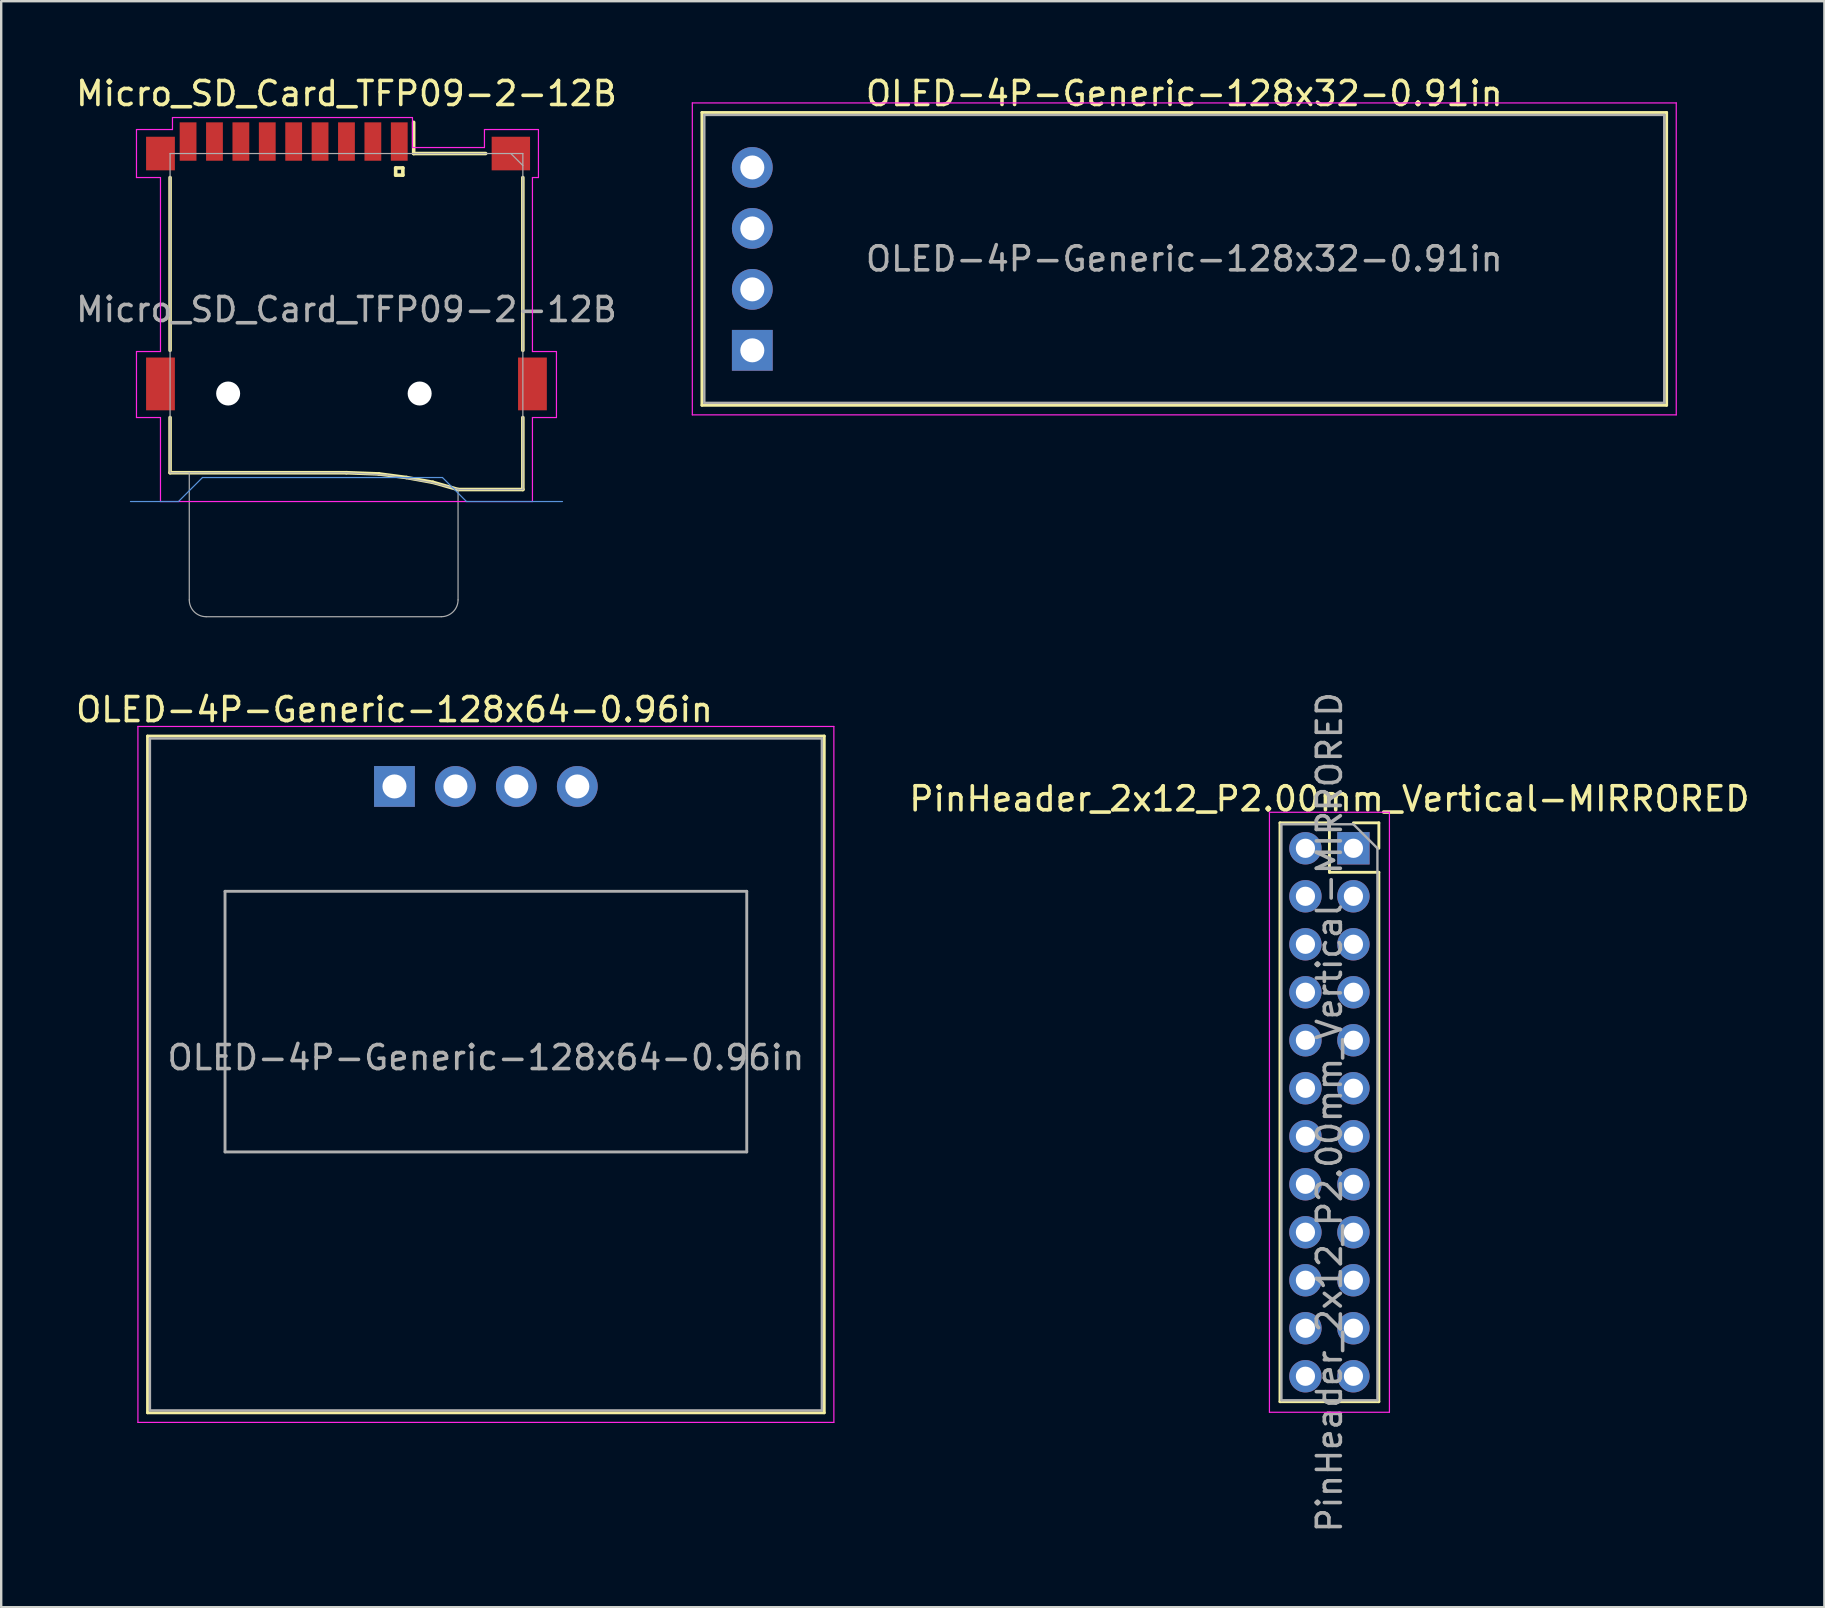
<source format=kicad_pcb>
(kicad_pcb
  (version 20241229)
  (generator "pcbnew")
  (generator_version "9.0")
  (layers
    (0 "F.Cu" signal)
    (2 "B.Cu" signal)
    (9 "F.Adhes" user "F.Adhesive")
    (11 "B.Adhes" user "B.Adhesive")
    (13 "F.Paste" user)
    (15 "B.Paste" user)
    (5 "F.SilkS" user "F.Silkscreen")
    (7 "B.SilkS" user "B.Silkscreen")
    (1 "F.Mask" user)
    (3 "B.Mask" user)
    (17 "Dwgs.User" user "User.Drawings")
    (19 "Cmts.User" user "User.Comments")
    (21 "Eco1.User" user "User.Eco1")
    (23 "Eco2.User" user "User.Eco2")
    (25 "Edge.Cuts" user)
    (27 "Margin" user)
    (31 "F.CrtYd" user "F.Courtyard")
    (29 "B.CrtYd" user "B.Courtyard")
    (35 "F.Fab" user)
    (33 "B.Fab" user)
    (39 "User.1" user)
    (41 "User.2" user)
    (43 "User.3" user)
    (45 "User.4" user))
  (footprint "OLED-4P-Generic-128x64-0.96in"
    (layer "F.Cu")
    (at 13.387 29.721)
    (property "Reference" "OLED-4P-Generic-128x64-0.96in" (at 0 -3.2 0) (layer "F.SilkS") (effects (font (size 1 1) (thickness 0.15))))
    (attr through_hole)
    (fp_line (start -10.29 -2.1) (end -10.29 26.1) (stroke (width 0.12) (type solid)) (layer "F.SilkS"))
    (fp_line (start -10.29 -2.1) (end 17.91 -2.1) (stroke (width 0.12) (type solid)) (layer "F.SilkS"))
    (fp_line (start -10.29 26.1) (end 17.91 26.1) (stroke (width 0.12) (type solid)) (layer "F.SilkS"))
    (fp_line (start 17.91 26.1) (end 17.91 -2.1) (stroke (width 0.12) (type solid)) (layer "F.SilkS"))
    (fp_line (start -10.69 -2.5) (end 18.31 -2.5) (stroke (width 0.05) (type solid)) (layer "F.CrtYd"))
    (fp_line (start -10.69 26.5) (end -10.69 -2.5) (stroke (width 0.05) (type solid)) (layer "F.CrtYd"))
    (fp_line (start 18.31 -2.5) (end 18.31 26.5) (stroke (width 0.05) (type solid)) (layer "F.CrtYd"))
    (fp_line (start 18.31 26.5) (end -10.69 26.5) (stroke (width 0.05) (type solid)) (layer "F.CrtYd"))
    (fp_line (start -10.19 -2) (end 17.81 -2) (stroke (width 0.1) (type solid)) (layer "F.Fab"))
    (fp_line (start -10.19 26) (end -10.19 -2) (stroke (width 0.1) (type solid)) (layer "F.Fab"))
    (fp_line (start -7.06 4.37) (end 14.68 4.37) (stroke (width 0.12) (type solid)) (layer "F.Fab"))
    (fp_line (start -7.06 15.23) (end -7.06 4.37) (stroke (width 0.12) (type solid)) (layer "F.Fab"))
    (fp_line (start 14.68 4.37) (end 14.68 15.23) (stroke (width 0.12) (type solid)) (layer "F.Fab"))
    (fp_line (start 14.68 15.23) (end -7.06 15.23) (stroke (width 0.12) (type solid)) (layer "F.Fab"))
    (fp_line (start 17.81 -2) (end 17.81 26) (stroke (width 0.1) (type solid)) (layer "F.Fab"))
    (fp_line (start 17.81 26) (end -10.19 26) (stroke (width 0.1) (type solid)) (layer "F.Fab"))
    (fp_text user "${REFERENCE}" (at 3.81 11.3 0) (unlocked yes) (layer "F.Fab") (effects (font (size 1 1) (thickness 0.15))))
    (pad "1" thru_hole rect (at 0 0) (size 1.7 1.7) (drill 1) (layers "*.Cu" "*.Mask"))
    (pad "2" thru_hole circle (at 2.54 0) (size 1.7 1.7) (drill 1) (layers "*.Cu" "*.Mask"))
    (pad "3" thru_hole circle (at 5.08 0) (size 1.7 1.7) (drill 1) (layers "*.Cu" "*.Mask"))
    (pad "4" thru_hole circle (at 7.62 0) (size 1.7 1.7) (drill 1) (layers "*.Cu" "*.Mask")))
  (footprint "OLED-4P-Generic-128x32-0.91in"
    (layer "F.Cu")
    (at 28.299 11.548)
    (property "Reference" "OLED-4P-Generic-128x32-0.91in" (at 18 -10.7 0) (unlocked yes) (layer "F.SilkS") (effects (font (size 1 1) (thickness 0.15))))
    (attr through_hole)
    (fp_line (start -2.1 -9.91) (end -2.1 2.29) (stroke (width 0.12) (type solid)) (layer "F.SilkS"))
    (fp_line (start -2.1 -9.91) (end 38.1 -9.91) (stroke (width 0.12) (type solid)) (layer "F.SilkS"))
    (fp_line (start -2.1 2.29) (end 38.1 2.29) (stroke (width 0.12) (type solid)) (layer "F.SilkS"))
    (fp_line (start 38.1 2.29) (end 38.1 -9.91) (stroke (width 0.12) (type solid)) (layer "F.SilkS"))
    (fp_line (start -2.5 -10.31) (end 38.5 -10.31) (stroke (width 0.05) (type solid)) (layer "F.CrtYd"))
    (fp_line (start -2.5 2.69) (end -2.5 -10.31) (stroke (width 0.05) (type solid)) (layer "F.CrtYd"))
    (fp_line (start 38.5 -10.31) (end 38.5 2.69) (stroke (width 0.05) (type solid)) (layer "F.CrtYd"))
    (fp_line (start 38.5 2.69) (end -2.5 2.69) (stroke (width 0.05) (type solid)) (layer "F.CrtYd"))
    (fp_line (start -2 -9.81) (end 38 -9.81) (stroke (width 0.1) (type solid)) (layer "F.Fab"))
    (fp_line (start -2 2.19) (end -2 -9.81) (stroke (width 0.1) (type solid)) (layer "F.Fab"))
    (fp_line (start 38 -9.81) (end 38 2.19) (stroke (width 0.1) (type solid)) (layer "F.Fab"))
    (fp_line (start 38 2.19) (end -2 2.19) (stroke (width 0.1) (type solid)) (layer "F.Fab"))
    (fp_text user "${REFERENCE}" (at 18 -3.81 0) (unlocked yes) (layer "F.Fab") (effects (font (size 1 1) (thickness 0.15))))
    (pad "1" thru_hole rect (at 0 0) (size 1.7 1.7) (drill 1) (layers "*.Cu" "*.Mask"))
    (pad "2" thru_hole circle (at 0 -2.54) (size 1.7 1.7) (drill 1) (layers "*.Cu" "*.Mask"))
    (pad "3" thru_hole circle (at 0 -5.08) (size 1.7 1.7) (drill 1) (layers "*.Cu" "*.Mask"))
    (pad "4" thru_hole circle (at 0 -7.62) (size 1.7 1.7) (drill 1) (layers "*.Cu" "*.Mask")))
  (footprint "Micro_SD_Card_TFP09-2-12B"
    (layer "F.Cu")
    (at 11.387 13.348)
    (property "Reference" "Micro_SD_Card_TFP09-2-12B" (at 0 -3.5 180) (layer "F.Fab") (effects (font (size 1 1) (thickness 0.15))))
    (attr smd)
    (fp_line (start -7.35 -1.8) (end -7.35 -9) (stroke (width 0.15) (type solid)) (layer "F.SilkS"))
    (fp_line (start -7.35 1) (end -7.35 3.3) (stroke (width 0.15) (type solid)) (layer "F.SilkS"))
    (fp_line (start -7.35 3.3) (end 0 3.3) (stroke (width 0.15) (type solid)) (layer "F.SilkS"))
    (fp_line (start 0 3.3) (end 1.35 3.35) (stroke (width 0.15) (type solid)) (layer "F.SilkS"))
    (fp_line (start 1.35 3.35) (end 2.5 3.5) (stroke (width 0.15) (type solid)) (layer "F.SilkS"))
    (fp_line (start 2.05 -9.4) (end 2.05 -9.1) (stroke (width 0.15) (type solid)) (layer "F.SilkS"))
    (fp_line (start 2.05 -9.1) (end 2.35 -9.1) (stroke (width 0.15) (type solid)) (layer "F.SilkS"))
    (fp_line (start 2.35 -9.4) (end 2.05 -9.4) (stroke (width 0.15) (type solid)) (layer "F.SilkS"))
    (fp_line (start 2.35 -9.1) (end 2.35 -9.4) (stroke (width 0.15) (type solid)) (layer "F.SilkS"))
    (fp_line (start 2.5 3.5) (end 3.6 3.7) (stroke (width 0.15) (type solid)) (layer "F.SilkS"))
    (fp_line (start 2.8 -10) (end 2.8 -11.3) (stroke (width 0.15) (type solid)) (layer "F.SilkS"))
    (fp_line (start 2.8 -10) (end 5.8 -10) (stroke (width 0.15) (type solid)) (layer "F.SilkS"))
    (fp_line (start 3.6 3.7) (end 4.65 4) (stroke (width 0.15) (type solid)) (layer "F.SilkS"))
    (fp_line (start 4.65 4) (end 7.35 4) (stroke (width 0.15) (type solid)) (layer "F.SilkS"))
    (fp_line (start 7.35 -9) (end 7.35 -1.8) (stroke (width 0.15) (type solid)) (layer "F.SilkS"))
    (fp_line (start 7.35 4) (end 7.35 1) (stroke (width 0.15) (type solid)) (layer "F.SilkS"))
    (fp_line (start -9 4.5) (end -7 4.5) (stroke (width 0.05) (type solid)) (layer "Cmts.User"))
    (fp_line (start -7 4.5) (end -6 3.5) (stroke (width 0.05) (type solid)) (layer "Cmts.User"))
    (fp_line (start -6 3.5) (end 4 3.5) (stroke (width 0.05) (type solid)) (layer "Cmts.User"))
    (fp_line (start 4 3.5) (end 5 4.5) (stroke (width 0.05) (type solid)) (layer "Cmts.User"))
    (fp_line (start 5 4.5) (end 9 4.5) (stroke (width 0.05) (type solid)) (layer "Cmts.User"))
    (fp_line (start -8.75 -11) (end -7.25 -11) (stroke (width 0.05) (type solid)) (layer "F.CrtYd"))
    (fp_line (start -8.75 -9) (end -8.75 -11) (stroke (width 0.05) (type solid)) (layer "F.CrtYd"))
    (fp_line (start -8.75 -1.75) (end -7.75 -1.75) (stroke (width 0.05) (type solid)) (layer "F.CrtYd"))
    (fp_line (start -8.75 1) (end -8.75 -1.75) (stroke (width 0.05) (type solid)) (layer "F.CrtYd"))
    (fp_line (start -7.75 -9) (end -8.75 -9) (stroke (width 0.05) (type solid)) (layer "F.CrtYd"))
    (fp_line (start -7.75 -1.75) (end -7.75 -9) (stroke (width 0.05) (type solid)) (layer "F.CrtYd"))
    (fp_line (start -7.75 1) (end -8.75 1) (stroke (width 0.05) (type solid)) (layer "F.CrtYd"))
    (fp_line (start -7.75 4.5) (end -7.75 1) (stroke (width 0.05) (type solid)) (layer "F.CrtYd"))
    (fp_line (start -7.25 -11.5) (end 2.75 -11.5) (stroke (width 0.05) (type solid)) (layer "F.CrtYd"))
    (fp_line (start -7.25 -11) (end -7.25 -11.5) (stroke (width 0.05) (type solid)) (layer "F.CrtYd"))
    (fp_line (start 2.75 -11.5) (end 2.75 -10.25) (stroke (width 0.05) (type solid)) (layer "F.CrtYd"))
    (fp_line (start 2.75 -10.25) (end 5.75 -10.25) (stroke (width 0.05) (type solid)) (layer "F.CrtYd"))
    (fp_line (start 5.75 -11) (end 8 -11) (stroke (width 0.05) (type solid)) (layer "F.CrtYd"))
    (fp_line (start 5.75 -10.25) (end 5.75 -11) (stroke (width 0.05) (type solid)) (layer "F.CrtYd"))
    (fp_line (start 7.75 -9) (end 7.75 -1.75) (stroke (width 0.05) (type solid)) (layer "F.CrtYd"))
    (fp_line (start 7.75 -1.75) (end 8.75 -1.75) (stroke (width 0.05) (type solid)) (layer "F.CrtYd"))
    (fp_line (start 7.75 1) (end 7.75 4.5) (stroke (width 0.05) (type solid)) (layer "F.CrtYd"))
    (fp_line (start 7.75 4.5) (end -7.75 4.5) (stroke (width 0.05) (type solid)) (layer "F.CrtYd"))
    (fp_line (start 8 -11) (end 8 -9) (stroke (width 0.05) (type solid)) (layer "F.CrtYd"))
    (fp_line (start 8 -9) (end 7.75 -9) (stroke (width 0.05) (type solid)) (layer "F.CrtYd"))
    (fp_line (start 8.75 -1.75) (end 8.75 1) (stroke (width 0.05) (type solid)) (layer "F.CrtYd"))
    (fp_line (start 8.75 1) (end 7.75 1) (stroke (width 0.05) (type solid)) (layer "F.CrtYd"))
    (fp_line (start -7.35 -10) (end -7.35 3.3) (stroke (width 0.05) (type solid)) (layer "F.Fab"))
    (fp_line (start -7.35 -10) (end 7.35 -10) (stroke (width 0.05) (type solid)) (layer "F.Fab"))
    (fp_line (start -7.35 3.3) (end 0 3.3) (stroke (width 0.05) (type solid)) (layer "F.Fab"))
    (fp_line (start -6.55 8.6) (end -6.55 3.3) (stroke (width 0.05) (type solid)) (layer "F.Fab"))
    (fp_line (start -5.85 9.3) (end 3.95 9.3) (stroke (width 0.05) (type solid)) (layer "F.Fab"))
    (fp_line (start 0 3.3) (end 1.7 3.4) (stroke (width 0.05) (type solid)) (layer "F.Fab"))
    (fp_line (start 1.7 3.4) (end 3.5 3.7) (stroke (width 0.05) (type solid)) (layer "F.Fab"))
    (fp_line (start 3.5 3.7) (end 4.7 4) (stroke (width 0.05) (type solid)) (layer "F.Fab"))
    (fp_line (start 4.65 4) (end 7.35 4) (stroke (width 0.05) (type solid)) (layer "F.Fab"))
    (fp_line (start 4.65 8.6) (end 4.65 4) (stroke (width 0.05) (type solid)) (layer "F.Fab"))
    (fp_line (start 7.35 -10) (end 7.35 4) (stroke (width 0.05) (type solid)) (layer "F.Fab"))
    (fp_line (start 7.35 -9.5) (end 6.85 -10) (stroke (width 0.05) (type solid)) (layer "F.Fab"))
    (fp_arc (start -5.85 9.3) (mid -6.344975 9.094975) (end -6.55 8.6) (stroke (width 0.05) (type solid)) (layer "F.Fab"))
    (fp_arc (start 4.65 8.6) (mid 4.444975 9.094975) (end 3.95 9.3) (stroke (width 0.05) (type solid)) (layer "F.Fab"))
    (fp_text user "${REFERENCE}" (at 0 -12.5 0) (layer "F.SilkS") (effects (font (size 1 1) (thickness 0.15))))
    (pad "" np_thru_hole circle (at -4.93 0) (size 1 1) (drill 1) (layers "*.Cu" "*.Mask"))
    (pad "" np_thru_hole circle (at 3.05 0) (size 1 1) (drill 1) (layers "*.Cu" "*.Mask"))
    (pad "1" smd rect (at 2.2 -10.5) (size 0.7 1.6) (layers "F.Cu" "F.Mask" "F.Paste"))
    (pad "2" smd rect (at 1.1 -10.5) (size 0.7 1.6) (layers "F.Cu" "F.Mask" "F.Paste"))
    (pad "3" smd rect (at 0 -10.5) (size 0.7 1.6) (layers "F.Cu" "F.Mask" "F.Paste"))
    (pad "4" smd rect (at -1.1 -10.5) (size 0.7 1.6) (layers "F.Cu" "F.Mask" "F.Paste"))
    (pad "5" smd rect (at -2.2 -10.5) (size 0.7 1.6) (layers "F.Cu" "F.Mask" "F.Paste"))
    (pad "6" smd rect (at -7.75 -10) (size 1.2 1.4) (layers "F.Cu" "F.Mask" "F.Paste"))
    (pad "6" smd rect (at -7.75 -0.4) (size 1.2 2.2) (layers "F.Cu" "F.Mask" "F.Paste"))
    (pad "6" smd rect (at -3.3 -10.5) (size 0.7 1.6) (layers "F.Cu" "F.Mask" "F.Paste"))
    (pad "6" smd rect (at 6.85 -10) (size 1.6 1.4) (layers "F.Cu" "F.Mask" "F.Paste"))
    (pad "6" smd rect (at 7.75 -0.4) (size 1.2 2.2) (layers "F.Cu" "F.Mask" "F.Paste"))
    (pad "7" smd rect (at -4.4 -10.5) (size 0.7 1.6) (layers "F.Cu" "F.Mask" "F.Paste"))
    (pad "8" smd rect (at -5.5 -10.5) (size 0.7 1.6) (layers "F.Cu" "F.Mask" "F.Paste"))
    (pad "9" smd rect (at -6.6 -10.5) (size 0.7 1.6) (layers "F.Cu" "F.Mask" "F.Paste")))
  (footprint "PinHeader_2x12_P2.00mm_Vertical-MIRRORED"
    (layer "F.Cu")
    (at 51.347 32.298)
    (property "Reference" "PinHeader_2x12_P2.00mm_Vertical-MIRRORED" (at 1 -2.06 0) (layer "F.SilkS") (effects (font (size 1 1) (thickness 0.15))))
    (attr through_hole)
    (fp_line (start -1.06 -1.06) (end -1.06 23.06) (stroke (width 0.12) (type solid)) (layer "F.SilkS"))
    (fp_line (start -1.06 -1.06) (end 1 -1.06) (stroke (width 0.12) (type solid)) (layer "F.SilkS"))
    (fp_line (start -1.06 23.06) (end 3.06 23.06) (stroke (width 0.12) (type solid)) (layer "F.SilkS"))
    (fp_line (start 1 1) (end 1 -1.06) (stroke (width 0.12) (type solid)) (layer "F.SilkS"))
    (fp_line (start 1 1) (end 3.06 1) (stroke (width 0.12) (type solid)) (layer "F.SilkS"))
    (fp_line (start 2 -1.06) (end 3.06 -1.06) (stroke (width 0.12) (type solid)) (layer "F.SilkS"))
    (fp_line (start 3.06 0) (end 3.06 -1.06) (stroke (width 0.12) (type solid)) (layer "F.SilkS"))
    (fp_line (start 3.06 1) (end 3.06 23.06) (stroke (width 0.12) (type solid)) (layer "F.SilkS"))
    (fp_line (start -1.5 -1.5) (end -1.5 23.5) (stroke (width 0.05) (type solid)) (layer "F.CrtYd"))
    (fp_line (start -1.5 23.5) (end 3.5 23.5) (stroke (width 0.05) (type solid)) (layer "F.CrtYd"))
    (fp_line (start 3.5 -1.5) (end -1.5 -1.5) (stroke (width 0.05) (type solid)) (layer "F.CrtYd"))
    (fp_line (start 3.5 23.5) (end 3.5 -1.5) (stroke (width 0.05) (type solid)) (layer "F.CrtYd"))
    (fp_line (start -1 -1) (end -1 23) (stroke (width 0.1) (type solid)) (layer "F.Fab"))
    (fp_line (start -1 -1) (end 2 -1) (stroke (width 0.1) (type solid)) (layer "F.Fab"))
    (fp_line (start 3 0) (end 2 -1) (stroke (width 0.1) (type solid)) (layer "F.Fab"))
    (fp_line (start 3 23) (end -1 23) (stroke (width 0.1) (type solid)) (layer "F.Fab"))
    (fp_line (start 3 23) (end 3 0) (stroke (width 0.1) (type solid)) (layer "F.Fab"))
    (fp_text user "${REFERENCE}" (at 1 11 90) (layer "F.Fab") (effects (font (size 1 1) (thickness 0.15))))
    (pad "1" thru_hole rect (at 2 0) (size 1.35 1.35) (drill 0.8) (layers "*.Cu" "*.Mask"))
    (pad "2" thru_hole oval (at 0 0) (size 1.35 1.35) (drill 0.8) (layers "*.Cu" "*.Mask"))
    (pad "3" thru_hole oval (at 2 2) (size 1.35 1.35) (drill 0.8) (layers "*.Cu" "*.Mask"))
    (pad "4" thru_hole oval (at 0 2) (size 1.35 1.35) (drill 0.8) (layers "*.Cu" "*.Mask"))
    (pad "5" thru_hole oval (at 2 4) (size 1.35 1.35) (drill 0.8) (layers "*.Cu" "*.Mask"))
    (pad "6" thru_hole oval (at 0 4) (size 1.35 1.35) (drill 0.8) (layers "*.Cu" "*.Mask"))
    (pad "7" thru_hole oval (at 2 6) (size 1.35 1.35) (drill 0.8) (layers "*.Cu" "*.Mask"))
    (pad "8" thru_hole oval (at 0 6) (size 1.35 1.35) (drill 0.8) (layers "*.Cu" "*.Mask"))
    (pad "9" thru_hole oval (at 2 8) (size 1.35 1.35) (drill 0.8) (layers "*.Cu" "*.Mask"))
    (pad "10" thru_hole oval (at 0 8) (size 1.35 1.35) (drill 0.8) (layers "*.Cu" "*.Mask"))
    (pad "11" thru_hole oval (at 2 10) (size 1.35 1.35) (drill 0.8) (layers "*.Cu" "*.Mask"))
    (pad "12" thru_hole oval (at 0 10) (size 1.35 1.35) (drill 0.8) (layers "*.Cu" "*.Mask"))
    (pad "13" thru_hole oval (at 2 12) (size 1.35 1.35) (drill 0.8) (layers "*.Cu" "*.Mask"))
    (pad "14" thru_hole oval (at 0 12) (size 1.35 1.35) (drill 0.8) (layers "*.Cu" "*.Mask"))
    (pad "15" thru_hole oval (at 2 14) (size 1.35 1.35) (drill 0.8) (layers "*.Cu" "*.Mask"))
    (pad "16" thru_hole oval (at 0 14) (size 1.35 1.35) (drill 0.8) (layers "*.Cu" "*.Mask"))
    (pad "17" thru_hole oval (at 2 16) (size 1.35 1.35) (drill 0.8) (layers "*.Cu" "*.Mask"))
    (pad "18" thru_hole oval (at 0 16) (size 1.35 1.35) (drill 0.8) (layers "*.Cu" "*.Mask"))
    (pad "19" thru_hole oval (at 2 18) (size 1.35 1.35) (drill 0.8) (layers "*.Cu" "*.Mask"))
    (pad "20" thru_hole oval (at 0 18) (size 1.35 1.35) (drill 0.8) (layers "*.Cu" "*.Mask"))
    (pad "21" thru_hole oval (at 2 20) (size 1.35 1.35) (drill 0.8) (layers "*.Cu" "*.Mask"))
    (pad "22" thru_hole oval (at 0 20) (size 1.35 1.35) (drill 0.8) (layers "*.Cu" "*.Mask"))
    (pad "23" thru_hole oval (at 2 22) (size 1.35 1.35) (drill 0.8) (layers "*.Cu" "*.Mask"))
    (pad "24" thru_hole oval (at 0 22) (size 1.35 1.35) (drill 0.8) (layers "*.Cu" "*.Mask")))
  (gr_rect
    (start -3 -3)
    (end 72.972 63.923)
    (stroke (width 0.1) (type default))
    (fill no)
    (layer "Edge.Cuts")))
</source>
